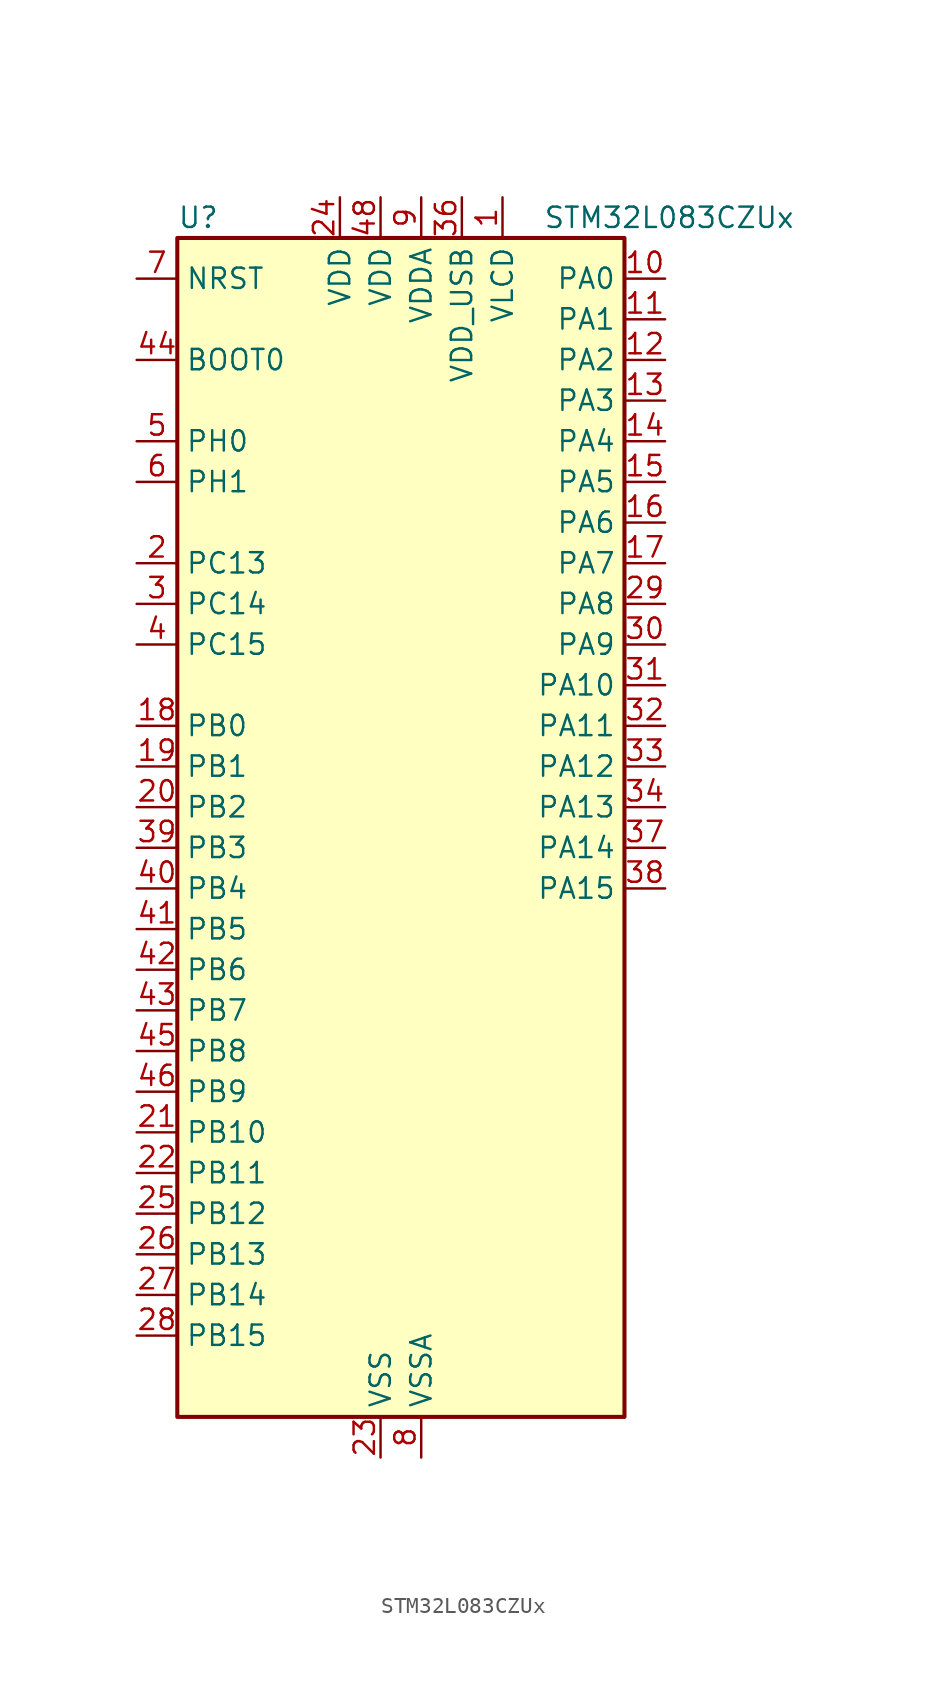
<source format=kicad_sym>
(kicad_symbol_lib
  (version 20231120)
  (generator "kicad_symbol_editor")
  (generator_version "8.0")
  (symbol "STM32L083CZUx"
    (property "Reference" "U"
      (at -12.7 39.37 0)
      (effects (font (size 1.27 1.27)) (justify left)))
    (property "Value" "STM32L083CZUx"
      (at 10.16 39.37 0)
      (effects (font (size 1.27 1.27)) (justify left)))
    (property "ki_locked" ""
      (at 0 0 0)
      (effects (font (size 1.27 1.27))))
    (symbol "STM32L083CZUx_0_1"
      (rectangle (start -12.7 -35.56) (end 15.24 38.1) (stroke (width 0.254) (type default)) (fill (type background))))
    (symbol "STM32L083CZUx_1_1"
      (pin power_in line (at 7.62 40.64 270) (length 2.54) (name "VLCD" (effects (font (size 1.27 1.27)))) (number "1" (effects (font (size 1.27 1.27)))))
      (pin bidirectional line (at 17.78 35.56 180) (length 2.54) (name "PA0" (effects (font (size 1.27 1.27)))) (number "10" (effects (font (size 1.27 1.27)))) (alternate "ADC_IN0" bidirectional line) (alternate "COMP1_INM" bidirectional line) (alternate "COMP1_OUT" bidirectional line) (alternate "RTC_TAMP2" bidirectional line) (alternate "SYS_WKUP1" bidirectional line) (alternate "TIM2_CH1" bidirectional line) (alternate "TIM2_ETR" bidirectional line) (alternate "TSC_G1_IO1" bidirectional line) (alternate "USART2_CTS" bidirectional line) (alternate "USART4_TX" bidirectional line))
      (pin bidirectional line (at 17.78 33.02 180) (length 2.54) (name "PA1" (effects (font (size 1.27 1.27)))) (number "11" (effects (font (size 1.27 1.27)))) (alternate "ADC_IN1" bidirectional line) (alternate "COMP1_INP" bidirectional line) (alternate "LCD_SEG0" bidirectional line) (alternate "TIM21_ETR" bidirectional line) (alternate "TIM2_CH2" bidirectional line) (alternate "TSC_G1_IO2" bidirectional line) (alternate "USART2_DE" bidirectional line) (alternate "USART2_RTS" bidirectional line) (alternate "USART4_RX" bidirectional line))
      (pin bidirectional line (at 17.78 30.48 180) (length 2.54) (name "PA2" (effects (font (size 1.27 1.27)))) (number "12" (effects (font (size 1.27 1.27)))) (alternate "ADC_IN2" bidirectional line) (alternate "COMP2_INM" bidirectional line) (alternate "COMP2_OUT" bidirectional line) (alternate "LCD_SEG1" bidirectional line) (alternate "LPUART1_TX" bidirectional line) (alternate "TIM21_CH1" bidirectional line) (alternate "TIM2_CH3" bidirectional line) (alternate "TSC_G1_IO3" bidirectional line) (alternate "USART2_TX" bidirectional line))
      (pin bidirectional line (at 17.78 27.94 180) (length 2.54) (name "PA3" (effects (font (size 1.27 1.27)))) (number "13" (effects (font (size 1.27 1.27)))) (alternate "ADC_IN3" bidirectional line) (alternate "COMP2_INP" bidirectional line) (alternate "LCD_SEG2" bidirectional line) (alternate "LPUART1_RX" bidirectional line) (alternate "TIM21_CH2" bidirectional line) (alternate "TIM2_CH4" bidirectional line) (alternate "TSC_G1_IO4" bidirectional line) (alternate "USART2_RX" bidirectional line))
      (pin bidirectional line (at 17.78 25.4 180) (length 2.54) (name "PA4" (effects (font (size 1.27 1.27)))) (number "14" (effects (font (size 1.27 1.27)))) (alternate "ADC_IN4" bidirectional line) (alternate "COMP1_INM" bidirectional line) (alternate "COMP2_INM" bidirectional line) (alternate "DAC_OUT1" bidirectional line) (alternate "SPI1_NSS" bidirectional line) (alternate "TIM22_ETR" bidirectional line) (alternate "TSC_G2_IO1" bidirectional line) (alternate "USART2_CK" bidirectional line))
      (pin bidirectional line (at 17.78 22.86 180) (length 2.54) (name "PA5" (effects (font (size 1.27 1.27)))) (number "15" (effects (font (size 1.27 1.27)))) (alternate "ADC_IN5" bidirectional line) (alternate "COMP1_INM" bidirectional line) (alternate "COMP2_INM" bidirectional line) (alternate "DAC_OUT2" bidirectional line) (alternate "SPI1_SCK" bidirectional line) (alternate "TIM2_CH1" bidirectional line) (alternate "TIM2_ETR" bidirectional line) (alternate "TSC_G2_IO2" bidirectional line))
      (pin bidirectional line (at 17.78 20.32 180) (length 2.54) (name "PA6" (effects (font (size 1.27 1.27)))) (number "16" (effects (font (size 1.27 1.27)))) (alternate "ADC_IN6" bidirectional line) (alternate "COMP1_OUT" bidirectional line) (alternate "LCD_SEG3" bidirectional line) (alternate "LPUART1_CTS" bidirectional line) (alternate "SPI1_MISO" bidirectional line) (alternate "TIM22_CH1" bidirectional line) (alternate "TIM3_CH1" bidirectional line) (alternate "TSC_G2_IO3" bidirectional line))
      (pin bidirectional line (at 17.78 17.78 180) (length 2.54) (name "PA7" (effects (font (size 1.27 1.27)))) (number "17" (effects (font (size 1.27 1.27)))) (alternate "ADC_IN7" bidirectional line) (alternate "COMP2_OUT" bidirectional line) (alternate "LCD_SEG4" bidirectional line) (alternate "SPI1_MOSI" bidirectional line) (alternate "TIM22_CH2" bidirectional line) (alternate "TIM3_CH2" bidirectional line) (alternate "TSC_G2_IO4" bidirectional line))
      (pin bidirectional line (at -15.24 7.62 0) (length 2.54) (name "PB0" (effects (font (size 1.27 1.27)))) (number "18" (effects (font (size 1.27 1.27)))) (alternate "ADC_IN8" bidirectional line) (alternate "LCD_SEG5" bidirectional line) (alternate "LCD_VLCD3" bidirectional line) (alternate "SYS_VREF_OUT_PB0" bidirectional line) (alternate "TIM3_CH3" bidirectional line) (alternate "TSC_G3_IO2" bidirectional line))
      (pin bidirectional line (at -15.24 5.08 0) (length 2.54) (name "PB1" (effects (font (size 1.27 1.27)))) (number "19" (effects (font (size 1.27 1.27)))) (alternate "ADC_IN9" bidirectional line) (alternate "LCD_SEG6" bidirectional line) (alternate "LPUART1_DE" bidirectional line) (alternate "LPUART1_RTS" bidirectional line) (alternate "SYS_VREF_OUT_PB1" bidirectional line) (alternate "TIM3_CH4" bidirectional line) (alternate "TSC_G3_IO3" bidirectional line))
      (pin bidirectional line (at -15.24 17.78 0) (length 2.54) (name "PC13" (effects (font (size 1.27 1.27)))) (number "2" (effects (font (size 1.27 1.27)))) (alternate "RTC_OUT_ALARM" bidirectional line) (alternate "RTC_OUT_CALIB" bidirectional line) (alternate "RTC_TAMP1" bidirectional line) (alternate "RTC_TS" bidirectional line) (alternate "SYS_WKUP2" bidirectional line))
      (pin bidirectional line (at -15.24 2.54 0) (length 2.54) (name "PB2" (effects (font (size 1.27 1.27)))) (number "20" (effects (font (size 1.27 1.27)))) (alternate "I2C3_SMBA" bidirectional line) (alternate "LCD_VLCD2" bidirectional line) (alternate "LPTIM1_OUT" bidirectional line) (alternate "TSC_G3_IO4" bidirectional line))
      (pin bidirectional line (at -15.24 -17.78 0) (length 2.54) (name "PB10" (effects (font (size 1.27 1.27)))) (number "21" (effects (font (size 1.27 1.27)))) (alternate "I2C2_SCL" bidirectional line) (alternate "LCD_SEG10" bidirectional line) (alternate "LPUART1_RX" bidirectional line) (alternate "LPUART1_TX" bidirectional line) (alternate "SPI2_SCK" bidirectional line) (alternate "TIM2_CH3" bidirectional line) (alternate "TSC_SYNC" bidirectional line))
      (pin bidirectional line (at -15.24 -20.32 0) (length 2.54) (name "PB11" (effects (font (size 1.27 1.27)))) (number "22" (effects (font (size 1.27 1.27)))) (alternate "ADC_EXTI11" bidirectional line) (alternate "I2C2_SDA" bidirectional line) (alternate "LCD_SEG11" bidirectional line) (alternate "LPUART1_RX" bidirectional line) (alternate "LPUART1_TX" bidirectional line) (alternate "TIM2_CH4" bidirectional line) (alternate "TSC_G6_IO1" bidirectional line))
      (pin power_in line (at 0 -38.1 90) (length 2.54) (name "VSS" (effects (font (size 1.27 1.27)))) (number "23" (effects (font (size 1.27 1.27)))))
      (pin power_in line (at -2.54 40.64 270) (length 2.54) (name "VDD" (effects (font (size 1.27 1.27)))) (number "24" (effects (font (size 1.27 1.27)))))
      (pin bidirectional line (at -15.24 -22.86 0) (length 2.54) (name "PB12" (effects (font (size 1.27 1.27)))) (number "25" (effects (font (size 1.27 1.27)))) (alternate "I2S2_WS" bidirectional line) (alternate "LCD_SEG12" bidirectional line) (alternate "LCD_VLCD2" bidirectional line) (alternate "LPUART1_DE" bidirectional line) (alternate "LPUART1_RTS" bidirectional line) (alternate "SPI2_NSS" bidirectional line) (alternate "TSC_G6_IO2" bidirectional line))
      (pin bidirectional line (at -15.24 -25.4 0) (length 2.54) (name "PB13" (effects (font (size 1.27 1.27)))) (number "26" (effects (font (size 1.27 1.27)))) (alternate "I2C2_SCL" bidirectional line) (alternate "I2S2_CK" bidirectional line) (alternate "LCD_SEG13" bidirectional line) (alternate "LPUART1_CTS" bidirectional line) (alternate "RCC_MCO" bidirectional line) (alternate "SPI2_SCK" bidirectional line) (alternate "TIM21_CH1" bidirectional line) (alternate "TSC_G6_IO3" bidirectional line))
      (pin bidirectional line (at -15.24 -27.94 0) (length 2.54) (name "PB14" (effects (font (size 1.27 1.27)))) (number "27" (effects (font (size 1.27 1.27)))) (alternate "I2C2_SDA" bidirectional line) (alternate "I2S2_MCK" bidirectional line) (alternate "LCD_SEG14" bidirectional line) (alternate "LPUART1_DE" bidirectional line) (alternate "LPUART1_RTS" bidirectional line) (alternate "RTC_OUT_ALARM" bidirectional line) (alternate "RTC_OUT_CALIB" bidirectional line) (alternate "SPI2_MISO" bidirectional line) (alternate "TIM21_CH2" bidirectional line) (alternate "TSC_G6_IO4" bidirectional line))
      (pin bidirectional line (at -15.24 -30.48 0) (length 2.54) (name "PB15" (effects (font (size 1.27 1.27)))) (number "28" (effects (font (size 1.27 1.27)))) (alternate "I2S2_SD" bidirectional line) (alternate "LCD_SEG15" bidirectional line) (alternate "RTC_REFIN" bidirectional line) (alternate "SPI2_MOSI" bidirectional line))
      (pin bidirectional line (at 17.78 15.24 180) (length 2.54) (name "PA8" (effects (font (size 1.27 1.27)))) (number "29" (effects (font (size 1.27 1.27)))) (alternate "CRS_SYNC" bidirectional line) (alternate "I2C3_SCL" bidirectional line) (alternate "LCD_COM0" bidirectional line) (alternate "RCC_MCO" bidirectional line) (alternate "USART1_CK" bidirectional line))
      (pin bidirectional line (at -15.24 15.24 0) (length 2.54) (name "PC14" (effects (font (size 1.27 1.27)))) (number "3" (effects (font (size 1.27 1.27)))) (alternate "RCC_OSC32_IN" bidirectional line))
      (pin bidirectional line (at 17.78 12.7 180) (length 2.54) (name "PA9" (effects (font (size 1.27 1.27)))) (number "30" (effects (font (size 1.27 1.27)))) (alternate "DAC_EXTI9" bidirectional line) (alternate "I2C1_SCL" bidirectional line) (alternate "I2C3_SMBA" bidirectional line) (alternate "LCD_COM1" bidirectional line) (alternate "RCC_MCO" bidirectional line) (alternate "TSC_G4_IO1" bidirectional line) (alternate "USART1_TX" bidirectional line))
      (pin bidirectional line (at 17.78 10.16 180) (length 2.54) (name "PA10" (effects (font (size 1.27 1.27)))) (number "31" (effects (font (size 1.27 1.27)))) (alternate "I2C1_SDA" bidirectional line) (alternate "LCD_COM2" bidirectional line) (alternate "TSC_G4_IO2" bidirectional line) (alternate "USART1_RX" bidirectional line))
      (pin bidirectional line (at 17.78 7.62 180) (length 2.54) (name "PA11" (effects (font (size 1.27 1.27)))) (number "32" (effects (font (size 1.27 1.27)))) (alternate "ADC_EXTI11" bidirectional line) (alternate "COMP1_OUT" bidirectional line) (alternate "SPI1_MISO" bidirectional line) (alternate "TSC_G4_IO3" bidirectional line) (alternate "USART1_CTS" bidirectional line) (alternate "USB_DM" bidirectional line))
      (pin bidirectional line (at 17.78 5.08 180) (length 2.54) (name "PA12" (effects (font (size 1.27 1.27)))) (number "33" (effects (font (size 1.27 1.27)))) (alternate "COMP2_OUT" bidirectional line) (alternate "SPI1_MOSI" bidirectional line) (alternate "TSC_G4_IO4" bidirectional line) (alternate "USART1_DE" bidirectional line) (alternate "USART1_RTS" bidirectional line) (alternate "USB_DP" bidirectional line))
      (pin bidirectional line (at 17.78 2.54 180) (length 2.54) (name "PA13" (effects (font (size 1.27 1.27)))) (number "34" (effects (font (size 1.27 1.27)))) (alternate "LPUART1_RX" bidirectional line) (alternate "SYS_SWDIO" bidirectional line) (alternate "USB_NOE" bidirectional line))
      (pin passive line (at 0 -38.1 90) (length 2.54) hide (name "VSS" (effects (font (size 1.27 1.27)))) (number "35" (effects (font (size 1.27 1.27)))))
      (pin power_in line (at 5.08 40.64 270) (length 2.54) (name "VDD_USB" (effects (font (size 1.27 1.27)))) (number "36" (effects (font (size 1.27 1.27)))))
      (pin bidirectional line (at 17.78 0 180) (length 2.54) (name "PA14" (effects (font (size 1.27 1.27)))) (number "37" (effects (font (size 1.27 1.27)))) (alternate "LPUART1_TX" bidirectional line) (alternate "SYS_SWCLK" bidirectional line) (alternate "USART2_TX" bidirectional line))
      (pin bidirectional line (at 17.78 -2.54 180) (length 2.54) (name "PA15" (effects (font (size 1.27 1.27)))) (number "38" (effects (font (size 1.27 1.27)))) (alternate "LCD_SEG17" bidirectional line) (alternate "SPI1_NSS" bidirectional line) (alternate "TIM2_CH1" bidirectional line) (alternate "TIM2_ETR" bidirectional line) (alternate "USART2_RX" bidirectional line) (alternate "USART4_DE" bidirectional line) (alternate "USART4_RTS" bidirectional line))
      (pin bidirectional line (at -15.24 0 0) (length 2.54) (name "PB3" (effects (font (size 1.27 1.27)))) (number "39" (effects (font (size 1.27 1.27)))) (alternate "COMP2_INM" bidirectional line) (alternate "LCD_SEG7" bidirectional line) (alternate "SPI1_SCK" bidirectional line) (alternate "TIM2_CH2" bidirectional line) (alternate "TSC_G5_IO1" bidirectional line) (alternate "USART1_DE" bidirectional line) (alternate "USART1_RTS" bidirectional line) (alternate "USART5_TX" bidirectional line))
      (pin bidirectional line (at -15.24 12.7 0) (length 2.54) (name "PC15" (effects (font (size 1.27 1.27)))) (number "4" (effects (font (size 1.27 1.27)))) (alternate "RCC_OSC32_OUT" bidirectional line))
      (pin bidirectional line (at -15.24 -2.54 0) (length 2.54) (name "PB4" (effects (font (size 1.27 1.27)))) (number "40" (effects (font (size 1.27 1.27)))) (alternate "COMP2_INP" bidirectional line) (alternate "I2C3_SDA" bidirectional line) (alternate "LCD_SEG8" bidirectional line) (alternate "SPI1_MISO" bidirectional line) (alternate "TIM22_CH1" bidirectional line) (alternate "TIM3_CH1" bidirectional line) (alternate "TSC_G5_IO2" bidirectional line) (alternate "USART1_CTS" bidirectional line) (alternate "USART5_RX" bidirectional line))
      (pin bidirectional line (at -15.24 -5.08 0) (length 2.54) (name "PB5" (effects (font (size 1.27 1.27)))) (number "41" (effects (font (size 1.27 1.27)))) (alternate "COMP2_INP" bidirectional line) (alternate "I2C1_SMBA" bidirectional line) (alternate "LCD_SEG9" bidirectional line) (alternate "LPTIM1_IN1" bidirectional line) (alternate "SPI1_MOSI" bidirectional line) (alternate "TIM22_CH2" bidirectional line) (alternate "TIM3_CH2" bidirectional line) (alternate "USART1_CK" bidirectional line) (alternate "USART5_CK" bidirectional line) (alternate "USART5_DE" bidirectional line) (alternate "USART5_RTS" bidirectional line))
      (pin bidirectional line (at -15.24 -7.62 0) (length 2.54) (name "PB6" (effects (font (size 1.27 1.27)))) (number "42" (effects (font (size 1.27 1.27)))) (alternate "COMP2_INP" bidirectional line) (alternate "I2C1_SCL" bidirectional line) (alternate "LPTIM1_ETR" bidirectional line) (alternate "TSC_G5_IO3" bidirectional line) (alternate "USART1_TX" bidirectional line))
      (pin bidirectional line (at -15.24 -10.16 0) (length 2.54) (name "PB7" (effects (font (size 1.27 1.27)))) (number "43" (effects (font (size 1.27 1.27)))) (alternate "COMP2_INP" bidirectional line) (alternate "I2C1_SDA" bidirectional line) (alternate "LPTIM1_IN2" bidirectional line) (alternate "SYS_PVD_IN" bidirectional line) (alternate "TSC_G5_IO4" bidirectional line) (alternate "USART1_RX" bidirectional line) (alternate "USART4_CTS" bidirectional line))
      (pin input line (at -15.24 30.48 0) (length 2.54) (name "BOOT0" (effects (font (size 1.27 1.27)))) (number "44" (effects (font (size 1.27 1.27)))))
      (pin bidirectional line (at -15.24 -12.7 0) (length 2.54) (name "PB8" (effects (font (size 1.27 1.27)))) (number "45" (effects (font (size 1.27 1.27)))) (alternate "I2C1_SCL" bidirectional line) (alternate "LCD_SEG16" bidirectional line) (alternate "TSC_SYNC" bidirectional line))
      (pin bidirectional line (at -15.24 -15.24 0) (length 2.54) (name "PB9" (effects (font (size 1.27 1.27)))) (number "46" (effects (font (size 1.27 1.27)))) (alternate "DAC_EXTI9" bidirectional line) (alternate "I2C1_SDA" bidirectional line) (alternate "I2S2_WS" bidirectional line) (alternate "LCD_COM3" bidirectional line) (alternate "SPI2_NSS" bidirectional line))
      (pin passive line (at 0 -38.1 90) (length 2.54) hide (name "VSS" (effects (font (size 1.27 1.27)))) (number "47" (effects (font (size 1.27 1.27)))))
      (pin power_in line (at 0 40.64 270) (length 2.54) (name "VDD" (effects (font (size 1.27 1.27)))) (number "48" (effects (font (size 1.27 1.27)))))
      (pin passive line (at 0 -38.1 90) (length 2.54) hide (name "VSS" (effects (font (size 1.27 1.27)))) (number "49" (effects (font (size 1.27 1.27)))))
      (pin bidirectional line (at -15.24 25.4 0) (length 2.54) (name "PH0" (effects (font (size 1.27 1.27)))) (number "5" (effects (font (size 1.27 1.27)))) (alternate "CRS_SYNC" bidirectional line) (alternate "RCC_OSC_IN" bidirectional line))
      (pin bidirectional line (at -15.24 22.86 0) (length 2.54) (name "PH1" (effects (font (size 1.27 1.27)))) (number "6" (effects (font (size 1.27 1.27)))) (alternate "RCC_OSC_OUT" bidirectional line))
      (pin input line (at -15.24 35.56 0) (length 2.54) (name "NRST" (effects (font (size 1.27 1.27)))) (number "7" (effects (font (size 1.27 1.27)))))
      (pin power_in line (at 2.54 -38.1 90) (length 2.54) (name "VSSA" (effects (font (size 1.27 1.27)))) (number "8" (effects (font (size 1.27 1.27)))))
      (pin power_in line (at 2.54 40.64 270) (length 2.54) (name "VDDA" (effects (font (size 1.27 1.27)))) (number "9" (effects (font (size 1.27 1.27))))))))
</source>
